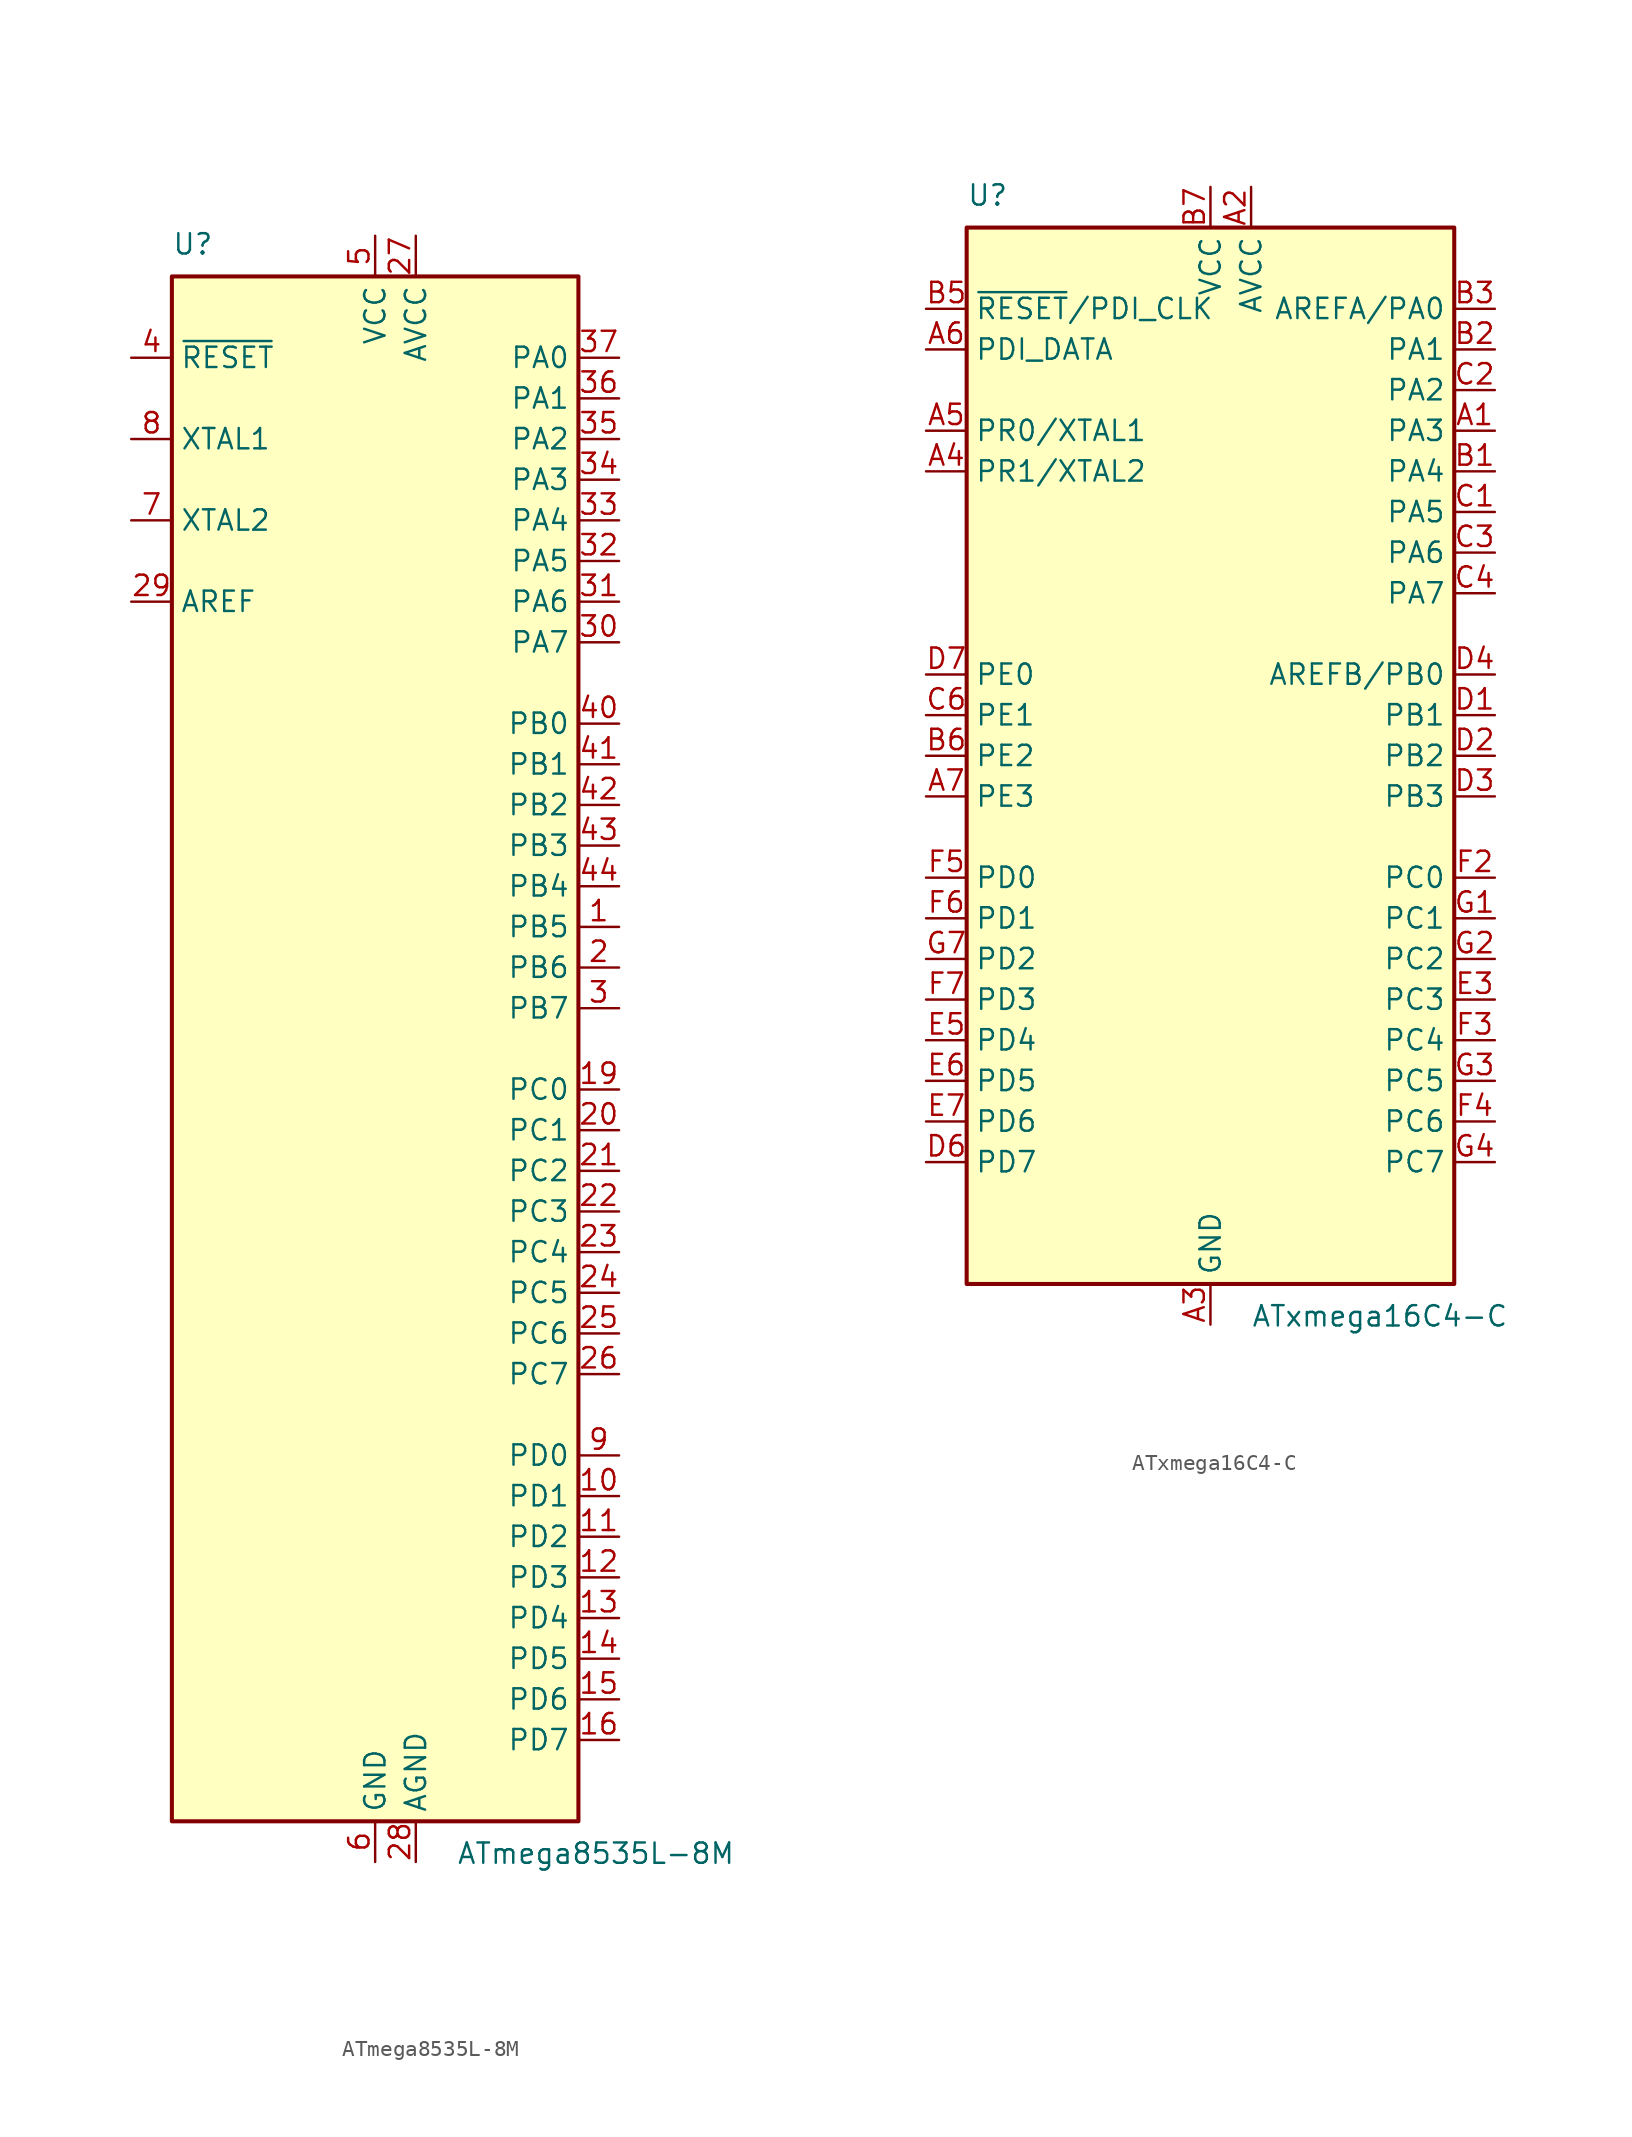
<source format=kicad_sym>
(kicad_symbol_lib
  (version 20211014)
  (generator kicad_symbol_editor)
  (symbol "ATmega8535L-8M"
    (property "Reference" "U"
      (at -12.7 49.53 0)
      (effects (font (size 1.27 1.27)) (justify left bottom)))
    (property "Value" "ATmega8535L-8M"
      (at 5.08 -49.53 0)
      (effects (font (size 1.27 1.27)) (justify left top)))
    (symbol "ATmega8535L-8M_0_1"
      (rectangle (start -12.7 -48.26) (end 12.7 48.26) (stroke (width 0.254) (type default) (color 0 0 0 0)) (fill (type background))))
    (symbol "ATmega8535L-8M_1_1"
      (pin bidirectional line (at 15.24 7.62 180) (length 2.54) (name "PB5" (effects (font (size 1.27 1.27)))) (number "1" (effects (font (size 1.27 1.27)))))
      (pin bidirectional line (at 15.24 -27.94 180) (length 2.54) (name "PD1" (effects (font (size 1.27 1.27)))) (number "10" (effects (font (size 1.27 1.27)))))
      (pin bidirectional line (at 15.24 -30.48 180) (length 2.54) (name "PD2" (effects (font (size 1.27 1.27)))) (number "11" (effects (font (size 1.27 1.27)))))
      (pin bidirectional line (at 15.24 -33.02 180) (length 2.54) (name "PD3" (effects (font (size 1.27 1.27)))) (number "12" (effects (font (size 1.27 1.27)))))
      (pin bidirectional line (at 15.24 -35.56 180) (length 2.54) (name "PD4" (effects (font (size 1.27 1.27)))) (number "13" (effects (font (size 1.27 1.27)))))
      (pin bidirectional line (at 15.24 -38.1 180) (length 2.54) (name "PD5" (effects (font (size 1.27 1.27)))) (number "14" (effects (font (size 1.27 1.27)))))
      (pin bidirectional line (at 15.24 -40.64 180) (length 2.54) (name "PD6" (effects (font (size 1.27 1.27)))) (number "15" (effects (font (size 1.27 1.27)))))
      (pin bidirectional line (at 15.24 -43.18 180) (length 2.54) (name "PD7" (effects (font (size 1.27 1.27)))) (number "16" (effects (font (size 1.27 1.27)))))
      (pin passive line (at 0 50.8 270) (length 2.54) hide (name "VCC" (effects (font (size 1.27 1.27)))) (number "17" (effects (font (size 1.27 1.27)))))
      (pin passive line (at 0 -50.8 90) (length 2.54) hide (name "GND" (effects (font (size 1.27 1.27)))) (number "18" (effects (font (size 1.27 1.27)))))
      (pin bidirectional line (at 15.24 -2.54 180) (length 2.54) (name "PC0" (effects (font (size 1.27 1.27)))) (number "19" (effects (font (size 1.27 1.27)))))
      (pin bidirectional line (at 15.24 5.08 180) (length 2.54) (name "PB6" (effects (font (size 1.27 1.27)))) (number "2" (effects (font (size 1.27 1.27)))))
      (pin bidirectional line (at 15.24 -5.08 180) (length 2.54) (name "PC1" (effects (font (size 1.27 1.27)))) (number "20" (effects (font (size 1.27 1.27)))))
      (pin bidirectional line (at 15.24 -7.62 180) (length 2.54) (name "PC2" (effects (font (size 1.27 1.27)))) (number "21" (effects (font (size 1.27 1.27)))))
      (pin bidirectional line (at 15.24 -10.16 180) (length 2.54) (name "PC3" (effects (font (size 1.27 1.27)))) (number "22" (effects (font (size 1.27 1.27)))))
      (pin bidirectional line (at 15.24 -12.7 180) (length 2.54) (name "PC4" (effects (font (size 1.27 1.27)))) (number "23" (effects (font (size 1.27 1.27)))))
      (pin bidirectional line (at 15.24 -15.24 180) (length 2.54) (name "PC5" (effects (font (size 1.27 1.27)))) (number "24" (effects (font (size 1.27 1.27)))))
      (pin bidirectional line (at 15.24 -17.78 180) (length 2.54) (name "PC6" (effects (font (size 1.27 1.27)))) (number "25" (effects (font (size 1.27 1.27)))))
      (pin bidirectional line (at 15.24 -20.32 180) (length 2.54) (name "PC7" (effects (font (size 1.27 1.27)))) (number "26" (effects (font (size 1.27 1.27)))))
      (pin power_in line (at 2.54 50.8 270) (length 2.54) (name "AVCC" (effects (font (size 1.27 1.27)))) (number "27" (effects (font (size 1.27 1.27)))))
      (pin power_in line (at 2.54 -50.8 90) (length 2.54) (name "AGND" (effects (font (size 1.27 1.27)))) (number "28" (effects (font (size 1.27 1.27)))))
      (pin passive line (at -15.24 27.94 0) (length 2.54) (name "AREF" (effects (font (size 1.27 1.27)))) (number "29" (effects (font (size 1.27 1.27)))))
      (pin bidirectional line (at 15.24 2.54 180) (length 2.54) (name "PB7" (effects (font (size 1.27 1.27)))) (number "3" (effects (font (size 1.27 1.27)))))
      (pin bidirectional line (at 15.24 25.4 180) (length 2.54) (name "PA7" (effects (font (size 1.27 1.27)))) (number "30" (effects (font (size 1.27 1.27)))))
      (pin bidirectional line (at 15.24 27.94 180) (length 2.54) (name "PA6" (effects (font (size 1.27 1.27)))) (number "31" (effects (font (size 1.27 1.27)))))
      (pin bidirectional line (at 15.24 30.48 180) (length 2.54) (name "PA5" (effects (font (size 1.27 1.27)))) (number "32" (effects (font (size 1.27 1.27)))))
      (pin bidirectional line (at 15.24 33.02 180) (length 2.54) (name "PA4" (effects (font (size 1.27 1.27)))) (number "33" (effects (font (size 1.27 1.27)))))
      (pin bidirectional line (at 15.24 35.56 180) (length 2.54) (name "PA3" (effects (font (size 1.27 1.27)))) (number "34" (effects (font (size 1.27 1.27)))))
      (pin bidirectional line (at 15.24 38.1 180) (length 2.54) (name "PA2" (effects (font (size 1.27 1.27)))) (number "35" (effects (font (size 1.27 1.27)))))
      (pin bidirectional line (at 15.24 40.64 180) (length 2.54) (name "PA1" (effects (font (size 1.27 1.27)))) (number "36" (effects (font (size 1.27 1.27)))))
      (pin bidirectional line (at 15.24 43.18 180) (length 2.54) (name "PA0" (effects (font (size 1.27 1.27)))) (number "37" (effects (font (size 1.27 1.27)))))
      (pin passive line (at 0 50.8 270) (length 2.54) hide (name "VCC" (effects (font (size 1.27 1.27)))) (number "38" (effects (font (size 1.27 1.27)))))
      (pin passive line (at 0 -50.8 90) (length 2.54) hide (name "GND" (effects (font (size 1.27 1.27)))) (number "39" (effects (font (size 1.27 1.27)))))
      (pin input line (at -15.24 43.18 0) (length 2.54) (name "~{RESET}" (effects (font (size 1.27 1.27)))) (number "4" (effects (font (size 1.27 1.27)))))
      (pin bidirectional line (at 15.24 20.32 180) (length 2.54) (name "PB0" (effects (font (size 1.27 1.27)))) (number "40" (effects (font (size 1.27 1.27)))))
      (pin bidirectional line (at 15.24 17.78 180) (length 2.54) (name "PB1" (effects (font (size 1.27 1.27)))) (number "41" (effects (font (size 1.27 1.27)))))
      (pin bidirectional line (at 15.24 15.24 180) (length 2.54) (name "PB2" (effects (font (size 1.27 1.27)))) (number "42" (effects (font (size 1.27 1.27)))))
      (pin bidirectional line (at 15.24 12.7 180) (length 2.54) (name "PB3" (effects (font (size 1.27 1.27)))) (number "43" (effects (font (size 1.27 1.27)))))
      (pin bidirectional line (at 15.24 10.16 180) (length 2.54) (name "PB4" (effects (font (size 1.27 1.27)))) (number "44" (effects (font (size 1.27 1.27)))))
      (pin passive line (at 0 -50.8 90) (length 2.54) hide (name "GND" (effects (font (size 1.27 1.27)))) (number "45" (effects (font (size 1.27 1.27)))))
      (pin power_in line (at 0 50.8 270) (length 2.54) (name "VCC" (effects (font (size 1.27 1.27)))) (number "5" (effects (font (size 1.27 1.27)))))
      (pin power_in line (at 0 -50.8 90) (length 2.54) (name "GND" (effects (font (size 1.27 1.27)))) (number "6" (effects (font (size 1.27 1.27)))))
      (pin output line (at -15.24 33.02 0) (length 2.54) (name "XTAL2" (effects (font (size 1.27 1.27)))) (number "7" (effects (font (size 1.27 1.27)))))
      (pin input line (at -15.24 38.1 0) (length 2.54) (name "XTAL1" (effects (font (size 1.27 1.27)))) (number "8" (effects (font (size 1.27 1.27)))))
      (pin bidirectional line (at 15.24 -25.4 180) (length 2.54) (name "PD0" (effects (font (size 1.27 1.27)))) (number "9" (effects (font (size 1.27 1.27)))))))
  (symbol "ATxmega16C4-C"
    (property "Reference" "U"
      (at -15.24 34.29 0)
      (effects (font (size 1.27 1.27)) (justify left bottom)))
    (property "Value" "ATxmega16C4-C"
      (at 2.54 -34.29 0)
      (effects (font (size 1.27 1.27)) (justify left top)))
    (symbol "ATxmega16C4-C_0_1"
      (rectangle (start -15.24 -33.02) (end 15.24 33.02) (stroke (width 0.254) (type default) (color 0 0 0 0)) (fill (type background))))
    (symbol "ATxmega16C4-C_1_1"
      (pin bidirectional line (at 17.78 20.32 180) (length 2.54) (name "PA3" (effects (font (size 1.27 1.27)))) (number "A1" (effects (font (size 1.27 1.27)))))
      (pin power_in line (at 2.54 35.56 270) (length 2.54) (name "AVCC" (effects (font (size 1.27 1.27)))) (number "A2" (effects (font (size 1.27 1.27)))))
      (pin power_in line (at 0 -35.56 90) (length 2.54) (name "GND" (effects (font (size 1.27 1.27)))) (number "A3" (effects (font (size 1.27 1.27)))))
      (pin bidirectional line (at -17.78 17.78 0) (length 2.54) (name "PR1/XTAL2" (effects (font (size 1.27 1.27)))) (number "A4" (effects (font (size 1.27 1.27)))))
      (pin bidirectional line (at -17.78 20.32 0) (length 2.54) (name "PR0/XTAL1" (effects (font (size 1.27 1.27)))) (number "A5" (effects (font (size 1.27 1.27)))))
      (pin bidirectional line (at -17.78 25.4 0) (length 2.54) (name "PDI_DATA" (effects (font (size 1.27 1.27)))) (number "A6" (effects (font (size 1.27 1.27)))))
      (pin bidirectional line (at -17.78 -2.54 0) (length 2.54) (name "PE3" (effects (font (size 1.27 1.27)))) (number "A7" (effects (font (size 1.27 1.27)))))
      (pin bidirectional line (at 17.78 17.78 180) (length 2.54) (name "PA4" (effects (font (size 1.27 1.27)))) (number "B1" (effects (font (size 1.27 1.27)))))
      (pin bidirectional line (at 17.78 25.4 180) (length 2.54) (name "PA1" (effects (font (size 1.27 1.27)))) (number "B2" (effects (font (size 1.27 1.27)))))
      (pin bidirectional line (at 17.78 27.94 180) (length 2.54) (name "AREFA/PA0" (effects (font (size 1.27 1.27)))) (number "B3" (effects (font (size 1.27 1.27)))))
      (pin passive line (at 0 -35.56 90) (length 2.54) hide (name "GND" (effects (font (size 1.27 1.27)))) (number "B4" (effects (font (size 1.27 1.27)))))
      (pin input line (at -17.78 27.94 0) (length 2.54) (name "~{RESET}/PDI_CLK" (effects (font (size 1.27 1.27)))) (number "B5" (effects (font (size 1.27 1.27)))))
      (pin bidirectional line (at -17.78 0 0) (length 2.54) (name "PE2" (effects (font (size 1.27 1.27)))) (number "B6" (effects (font (size 1.27 1.27)))))
      (pin power_in line (at 0 35.56 270) (length 2.54) (name "VCC" (effects (font (size 1.27 1.27)))) (number "B7" (effects (font (size 1.27 1.27)))))
      (pin bidirectional line (at 17.78 15.24 180) (length 2.54) (name "PA5" (effects (font (size 1.27 1.27)))) (number "C1" (effects (font (size 1.27 1.27)))))
      (pin bidirectional line (at 17.78 22.86 180) (length 2.54) (name "PA2" (effects (font (size 1.27 1.27)))) (number "C2" (effects (font (size 1.27 1.27)))))
      (pin bidirectional line (at 17.78 12.7 180) (length 2.54) (name "PA6" (effects (font (size 1.27 1.27)))) (number "C3" (effects (font (size 1.27 1.27)))))
      (pin bidirectional line (at 17.78 10.16 180) (length 2.54) (name "PA7" (effects (font (size 1.27 1.27)))) (number "C4" (effects (font (size 1.27 1.27)))))
      (pin passive line (at 0 -35.56 90) (length 2.54) hide (name "GND" (effects (font (size 1.27 1.27)))) (number "C5" (effects (font (size 1.27 1.27)))))
      (pin bidirectional line (at -17.78 2.54 0) (length 2.54) (name "PE1" (effects (font (size 1.27 1.27)))) (number "C6" (effects (font (size 1.27 1.27)))))
      (pin passive line (at 0 -35.56 90) (length 2.54) hide (name "GND" (effects (font (size 1.27 1.27)))) (number "C7" (effects (font (size 1.27 1.27)))))
      (pin bidirectional line (at 17.78 2.54 180) (length 2.54) (name "PB1" (effects (font (size 1.27 1.27)))) (number "D1" (effects (font (size 1.27 1.27)))))
      (pin bidirectional line (at 17.78 0 180) (length 2.54) (name "PB2" (effects (font (size 1.27 1.27)))) (number "D2" (effects (font (size 1.27 1.27)))))
      (pin bidirectional line (at 17.78 -2.54 180) (length 2.54) (name "PB3" (effects (font (size 1.27 1.27)))) (number "D3" (effects (font (size 1.27 1.27)))))
      (pin bidirectional line (at 17.78 5.08 180) (length 2.54) (name "AREFB/PB0" (effects (font (size 1.27 1.27)))) (number "D4" (effects (font (size 1.27 1.27)))))
      (pin passive line (at 0 -35.56 90) (length 2.54) hide (name "GND" (effects (font (size 1.27 1.27)))) (number "D5" (effects (font (size 1.27 1.27)))))
      (pin bidirectional line (at -17.78 -25.4 0) (length 2.54) (name "PD7" (effects (font (size 1.27 1.27)))) (number "D6" (effects (font (size 1.27 1.27)))))
      (pin bidirectional line (at -17.78 5.08 0) (length 2.54) (name "PE0" (effects (font (size 1.27 1.27)))) (number "D7" (effects (font (size 1.27 1.27)))))
      (pin passive line (at 0 -35.56 90) (length 2.54) hide (name "GND" (effects (font (size 1.27 1.27)))) (number "E1" (effects (font (size 1.27 1.27)))))
      (pin passive line (at 0 -35.56 90) (length 2.54) hide (name "GND" (effects (font (size 1.27 1.27)))) (number "E2" (effects (font (size 1.27 1.27)))))
      (pin bidirectional line (at 17.78 -15.24 180) (length 2.54) (name "PC3" (effects (font (size 1.27 1.27)))) (number "E3" (effects (font (size 1.27 1.27)))))
      (pin passive line (at 0 -35.56 90) (length 2.54) hide (name "GND" (effects (font (size 1.27 1.27)))) (number "E4" (effects (font (size 1.27 1.27)))))
      (pin bidirectional line (at -17.78 -17.78 0) (length 2.54) (name "PD4" (effects (font (size 1.27 1.27)))) (number "E5" (effects (font (size 1.27 1.27)))))
      (pin bidirectional line (at -17.78 -20.32 0) (length 2.54) (name "PD5" (effects (font (size 1.27 1.27)))) (number "E6" (effects (font (size 1.27 1.27)))))
      (pin bidirectional line (at -17.78 -22.86 0) (length 2.54) (name "PD6" (effects (font (size 1.27 1.27)))) (number "E7" (effects (font (size 1.27 1.27)))))
      (pin passive line (at 0 35.56 270) (length 2.54) hide (name "VCC" (effects (font (size 1.27 1.27)))) (number "F1" (effects (font (size 1.27 1.27)))))
      (pin bidirectional line (at 17.78 -7.62 180) (length 2.54) (name "PC0" (effects (font (size 1.27 1.27)))) (number "F2" (effects (font (size 1.27 1.27)))))
      (pin bidirectional line (at 17.78 -17.78 180) (length 2.54) (name "PC4" (effects (font (size 1.27 1.27)))) (number "F3" (effects (font (size 1.27 1.27)))))
      (pin bidirectional line (at 17.78 -22.86 180) (length 2.54) (name "PC6" (effects (font (size 1.27 1.27)))) (number "F4" (effects (font (size 1.27 1.27)))))
      (pin bidirectional line (at -17.78 -7.62 0) (length 2.54) (name "PD0" (effects (font (size 1.27 1.27)))) (number "F5" (effects (font (size 1.27 1.27)))))
      (pin bidirectional line (at -17.78 -10.16 0) (length 2.54) (name "PD1" (effects (font (size 1.27 1.27)))) (number "F6" (effects (font (size 1.27 1.27)))))
      (pin bidirectional line (at -17.78 -15.24 0) (length 2.54) (name "PD3" (effects (font (size 1.27 1.27)))) (number "F7" (effects (font (size 1.27 1.27)))))
      (pin bidirectional line (at 17.78 -10.16 180) (length 2.54) (name "PC1" (effects (font (size 1.27 1.27)))) (number "G1" (effects (font (size 1.27 1.27)))))
      (pin bidirectional line (at 17.78 -12.7 180) (length 2.54) (name "PC2" (effects (font (size 1.27 1.27)))) (number "G2" (effects (font (size 1.27 1.27)))))
      (pin bidirectional line (at 17.78 -20.32 180) (length 2.54) (name "PC5" (effects (font (size 1.27 1.27)))) (number "G3" (effects (font (size 1.27 1.27)))))
      (pin bidirectional line (at 17.78 -25.4 180) (length 2.54) (name "PC7" (effects (font (size 1.27 1.27)))) (number "G4" (effects (font (size 1.27 1.27)))))
      (pin passive line (at 0 -35.56 90) (length 2.54) hide (name "GND" (effects (font (size 1.27 1.27)))) (number "G5" (effects (font (size 1.27 1.27)))))
      (pin passive line (at 0 35.56 270) (length 2.54) hide (name "VCC" (effects (font (size 1.27 1.27)))) (number "G6" (effects (font (size 1.27 1.27)))))
      (pin bidirectional line (at -17.78 -12.7 0) (length 2.54) (name "PD2" (effects (font (size 1.27 1.27)))) (number "G7" (effects (font (size 1.27 1.27))))))))
</source>
